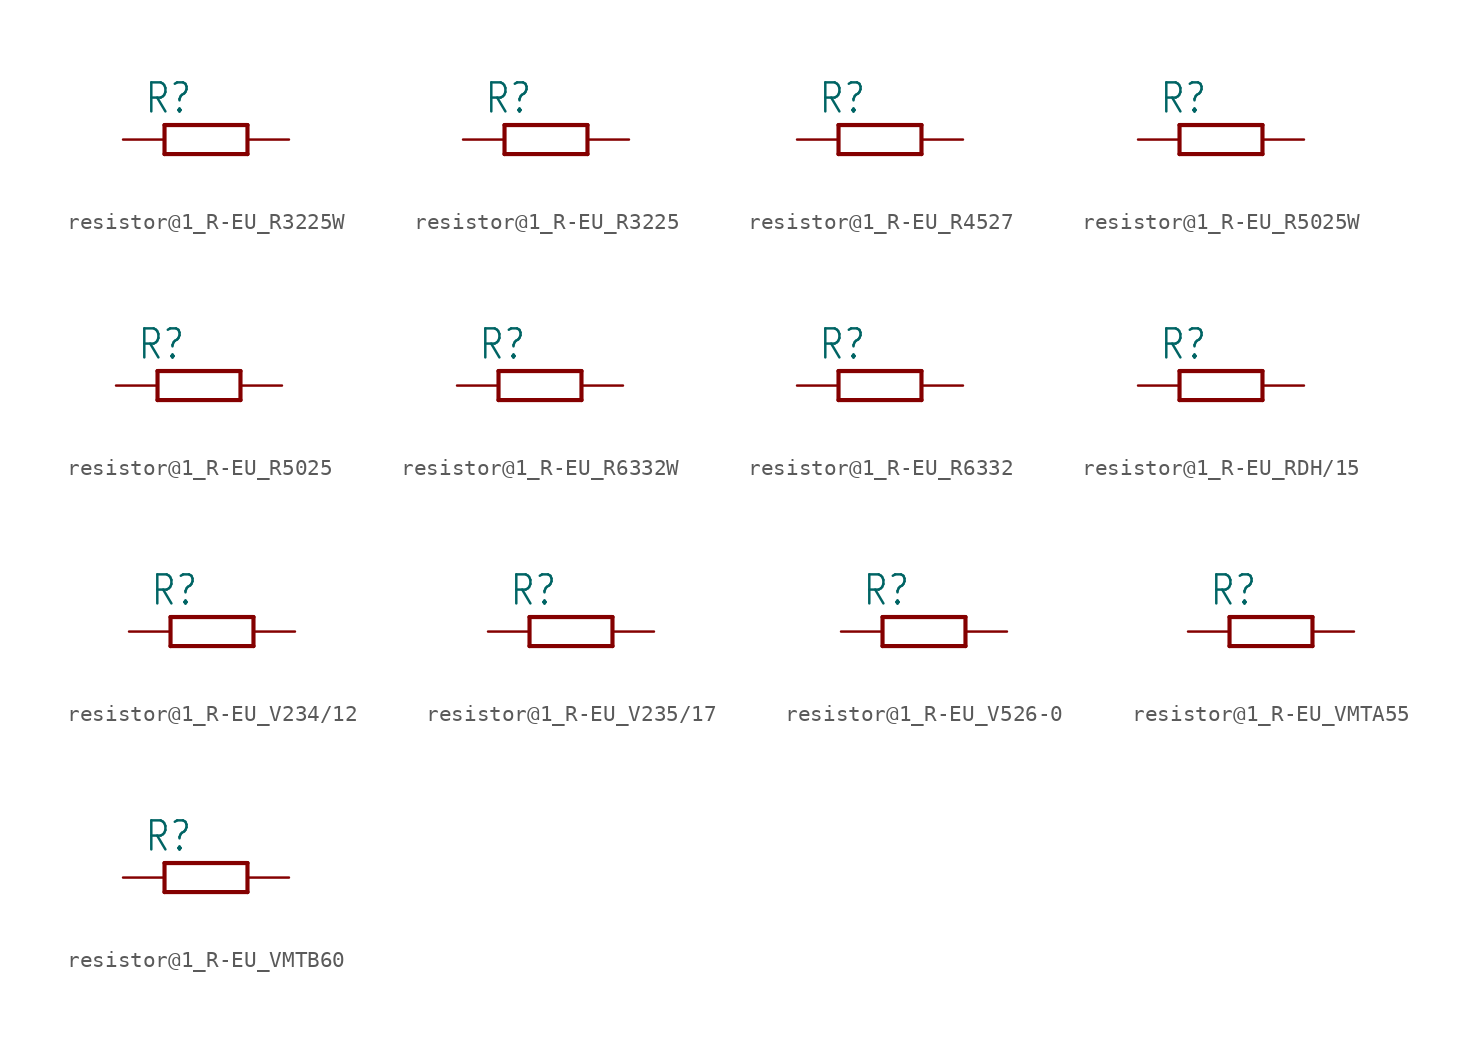
<source format=kicad_sym>
(kicad_symbol_lib
  (version 20231120)
  (generator "kicad_symbol_editor")
  (generator_version "8.0")
  (symbol "resistor@1_R-EU_R3225W"
    (property "Reference" "R"
      (at -3.81 1.499 0)
      (effects (font (size 1.778 1.511)) (justify left bottom)))
    (property "Value" ""
      (at -3.81 -3.302 0)
      (effects (font (size 1.778 1.511)) (justify left bottom)))
    (property "ki_locked" ""
      (at 0 0 0)
      (effects (font (size 1.27 1.27))))
    (symbol "resistor@1_R-EU_R3225W_1_0"
      (polyline (pts (xy -2.54 -0.889) (xy -2.54 0.889)) (stroke (width 0.254) (type solid)) (fill (type none)))
      (polyline (pts (xy -2.54 -0.889) (xy 2.54 -0.889)) (stroke (width 0.254) (type solid)) (fill (type none)))
      (polyline (pts (xy 2.54 -0.889) (xy 2.54 0.889)) (stroke (width 0.254) (type solid)) (fill (type none)))
      (polyline (pts (xy 2.54 0.889) (xy -2.54 0.889)) (stroke (width 0.254) (type solid)) (fill (type none)))
      (pin passive line (at -5.08 0 0) (length 2.54) (name "1" (effects (font (size 0 0)))) (number "1" (effects (font (size 0 0)))))
      (pin passive line (at 5.08 0 180) (length 2.54) (name "2" (effects (font (size 0 0)))) (number "2" (effects (font (size 0 0)))))))
  (symbol "resistor@1_R-EU_R3225"
    (property "Reference" "R"
      (at -3.81 1.499 0)
      (effects (font (size 1.778 1.511)) (justify left bottom)))
    (property "Value" ""
      (at -3.81 -3.302 0)
      (effects (font (size 1.778 1.511)) (justify left bottom)))
    (property "ki_locked" ""
      (at 0 0 0)
      (effects (font (size 1.27 1.27))))
    (symbol "resistor@1_R-EU_R3225_1_0"
      (polyline (pts (xy -2.54 -0.889) (xy -2.54 0.889)) (stroke (width 0.254) (type solid)) (fill (type none)))
      (polyline (pts (xy -2.54 -0.889) (xy 2.54 -0.889)) (stroke (width 0.254) (type solid)) (fill (type none)))
      (polyline (pts (xy 2.54 -0.889) (xy 2.54 0.889)) (stroke (width 0.254) (type solid)) (fill (type none)))
      (polyline (pts (xy 2.54 0.889) (xy -2.54 0.889)) (stroke (width 0.254) (type solid)) (fill (type none)))
      (pin passive line (at -5.08 0 0) (length 2.54) (name "1" (effects (font (size 0 0)))) (number "1" (effects (font (size 0 0)))))
      (pin passive line (at 5.08 0 180) (length 2.54) (name "2" (effects (font (size 0 0)))) (number "2" (effects (font (size 0 0)))))))
  (symbol "resistor@1_R-EU_R4527"
    (property "Reference" "R"
      (at -3.81 1.499 0)
      (effects (font (size 1.778 1.511)) (justify left bottom)))
    (property "Value" ""
      (at -3.81 -3.302 0)
      (effects (font (size 1.778 1.511)) (justify left bottom)))
    (property "ki_locked" ""
      (at 0 0 0)
      (effects (font (size 1.27 1.27))))
    (symbol "resistor@1_R-EU_R4527_1_0"
      (polyline (pts (xy -2.54 -0.889) (xy -2.54 0.889)) (stroke (width 0.254) (type solid)) (fill (type none)))
      (polyline (pts (xy -2.54 -0.889) (xy 2.54 -0.889)) (stroke (width 0.254) (type solid)) (fill (type none)))
      (polyline (pts (xy 2.54 -0.889) (xy 2.54 0.889)) (stroke (width 0.254) (type solid)) (fill (type none)))
      (polyline (pts (xy 2.54 0.889) (xy -2.54 0.889)) (stroke (width 0.254) (type solid)) (fill (type none)))
      (pin passive line (at -5.08 0 0) (length 2.54) (name "1" (effects (font (size 0 0)))) (number "1" (effects (font (size 0 0)))))
      (pin passive line (at 5.08 0 180) (length 2.54) (name "2" (effects (font (size 0 0)))) (number "2" (effects (font (size 0 0)))))))
  (symbol "resistor@1_R-EU_R5025W"
    (property "Reference" "R"
      (at -3.81 1.499 0)
      (effects (font (size 1.778 1.511)) (justify left bottom)))
    (property "Value" ""
      (at -3.81 -3.302 0)
      (effects (font (size 1.778 1.511)) (justify left bottom)))
    (property "ki_locked" ""
      (at 0 0 0)
      (effects (font (size 1.27 1.27))))
    (symbol "resistor@1_R-EU_R5025W_1_0"
      (polyline (pts (xy -2.54 -0.889) (xy -2.54 0.889)) (stroke (width 0.254) (type solid)) (fill (type none)))
      (polyline (pts (xy -2.54 -0.889) (xy 2.54 -0.889)) (stroke (width 0.254) (type solid)) (fill (type none)))
      (polyline (pts (xy 2.54 -0.889) (xy 2.54 0.889)) (stroke (width 0.254) (type solid)) (fill (type none)))
      (polyline (pts (xy 2.54 0.889) (xy -2.54 0.889)) (stroke (width 0.254) (type solid)) (fill (type none)))
      (pin passive line (at -5.08 0 0) (length 2.54) (name "1" (effects (font (size 0 0)))) (number "1" (effects (font (size 0 0)))))
      (pin passive line (at 5.08 0 180) (length 2.54) (name "2" (effects (font (size 0 0)))) (number "2" (effects (font (size 0 0)))))))
  (symbol "resistor@1_R-EU_R5025"
    (property "Reference" "R"
      (at -3.81 1.499 0)
      (effects (font (size 1.778 1.511)) (justify left bottom)))
    (property "Value" ""
      (at -3.81 -3.302 0)
      (effects (font (size 1.778 1.511)) (justify left bottom)))
    (property "ki_locked" ""
      (at 0 0 0)
      (effects (font (size 1.27 1.27))))
    (symbol "resistor@1_R-EU_R5025_1_0"
      (polyline (pts (xy -2.54 -0.889) (xy -2.54 0.889)) (stroke (width 0.254) (type solid)) (fill (type none)))
      (polyline (pts (xy -2.54 -0.889) (xy 2.54 -0.889)) (stroke (width 0.254) (type solid)) (fill (type none)))
      (polyline (pts (xy 2.54 -0.889) (xy 2.54 0.889)) (stroke (width 0.254) (type solid)) (fill (type none)))
      (polyline (pts (xy 2.54 0.889) (xy -2.54 0.889)) (stroke (width 0.254) (type solid)) (fill (type none)))
      (pin passive line (at -5.08 0 0) (length 2.54) (name "1" (effects (font (size 0 0)))) (number "1" (effects (font (size 0 0)))))
      (pin passive line (at 5.08 0 180) (length 2.54) (name "2" (effects (font (size 0 0)))) (number "2" (effects (font (size 0 0)))))))
  (symbol "resistor@1_R-EU_R6332W"
    (property "Reference" "R"
      (at -3.81 1.499 0)
      (effects (font (size 1.778 1.511)) (justify left bottom)))
    (property "Value" ""
      (at -3.81 -3.302 0)
      (effects (font (size 1.778 1.511)) (justify left bottom)))
    (property "ki_locked" ""
      (at 0 0 0)
      (effects (font (size 1.27 1.27))))
    (symbol "resistor@1_R-EU_R6332W_1_0"
      (polyline (pts (xy -2.54 -0.889) (xy -2.54 0.889)) (stroke (width 0.254) (type solid)) (fill (type none)))
      (polyline (pts (xy -2.54 -0.889) (xy 2.54 -0.889)) (stroke (width 0.254) (type solid)) (fill (type none)))
      (polyline (pts (xy 2.54 -0.889) (xy 2.54 0.889)) (stroke (width 0.254) (type solid)) (fill (type none)))
      (polyline (pts (xy 2.54 0.889) (xy -2.54 0.889)) (stroke (width 0.254) (type solid)) (fill (type none)))
      (pin passive line (at -5.08 0 0) (length 2.54) (name "1" (effects (font (size 0 0)))) (number "1" (effects (font (size 0 0)))))
      (pin passive line (at 5.08 0 180) (length 2.54) (name "2" (effects (font (size 0 0)))) (number "2" (effects (font (size 0 0)))))))
  (symbol "resistor@1_R-EU_R6332"
    (property "Reference" "R"
      (at -3.81 1.499 0)
      (effects (font (size 1.778 1.511)) (justify left bottom)))
    (property "Value" ""
      (at -3.81 -3.302 0)
      (effects (font (size 1.778 1.511)) (justify left bottom)))
    (property "ki_locked" ""
      (at 0 0 0)
      (effects (font (size 1.27 1.27))))
    (symbol "resistor@1_R-EU_R6332_1_0"
      (polyline (pts (xy -2.54 -0.889) (xy -2.54 0.889)) (stroke (width 0.254) (type solid)) (fill (type none)))
      (polyline (pts (xy -2.54 -0.889) (xy 2.54 -0.889)) (stroke (width 0.254) (type solid)) (fill (type none)))
      (polyline (pts (xy 2.54 -0.889) (xy 2.54 0.889)) (stroke (width 0.254) (type solid)) (fill (type none)))
      (polyline (pts (xy 2.54 0.889) (xy -2.54 0.889)) (stroke (width 0.254) (type solid)) (fill (type none)))
      (pin passive line (at -5.08 0 0) (length 2.54) (name "1" (effects (font (size 0 0)))) (number "1" (effects (font (size 0 0)))))
      (pin passive line (at 5.08 0 180) (length 2.54) (name "2" (effects (font (size 0 0)))) (number "2" (effects (font (size 0 0)))))))
  (symbol "resistor@1_R-EU_RDH/15"
    (property "Reference" "R"
      (at -3.81 1.499 0)
      (effects (font (size 1.778 1.511)) (justify left bottom)))
    (property "Value" ""
      (at -3.81 -3.302 0)
      (effects (font (size 1.778 1.511)) (justify left bottom)))
    (property "ki_locked" ""
      (at 0 0 0)
      (effects (font (size 1.27 1.27))))
    (symbol "resistor@1_R-EU_RDH/15_1_0"
      (polyline (pts (xy -2.54 -0.889) (xy -2.54 0.889)) (stroke (width 0.254) (type solid)) (fill (type none)))
      (polyline (pts (xy -2.54 -0.889) (xy 2.54 -0.889)) (stroke (width 0.254) (type solid)) (fill (type none)))
      (polyline (pts (xy 2.54 -0.889) (xy 2.54 0.889)) (stroke (width 0.254) (type solid)) (fill (type none)))
      (polyline (pts (xy 2.54 0.889) (xy -2.54 0.889)) (stroke (width 0.254) (type solid)) (fill (type none)))
      (pin passive line (at -5.08 0 0) (length 2.54) (name "1" (effects (font (size 0 0)))) (number "1" (effects (font (size 0 0)))))
      (pin passive line (at 5.08 0 180) (length 2.54) (name "2" (effects (font (size 0 0)))) (number "2" (effects (font (size 0 0)))))))
  (symbol "resistor@1_R-EU_V234/12"
    (property "Reference" "R"
      (at -3.81 1.499 0)
      (effects (font (size 1.778 1.511)) (justify left bottom)))
    (property "Value" ""
      (at -3.81 -3.302 0)
      (effects (font (size 1.778 1.511)) (justify left bottom)))
    (property "ki_locked" ""
      (at 0 0 0)
      (effects (font (size 1.27 1.27))))
    (symbol "resistor@1_R-EU_V234/12_1_0"
      (polyline (pts (xy -2.54 -0.889) (xy -2.54 0.889)) (stroke (width 0.254) (type solid)) (fill (type none)))
      (polyline (pts (xy -2.54 -0.889) (xy 2.54 -0.889)) (stroke (width 0.254) (type solid)) (fill (type none)))
      (polyline (pts (xy 2.54 -0.889) (xy 2.54 0.889)) (stroke (width 0.254) (type solid)) (fill (type none)))
      (polyline (pts (xy 2.54 0.889) (xy -2.54 0.889)) (stroke (width 0.254) (type solid)) (fill (type none)))
      (pin passive line (at -5.08 0 0) (length 2.54) (name "1" (effects (font (size 0 0)))) (number "1" (effects (font (size 0 0)))))
      (pin passive line (at 5.08 0 180) (length 2.54) (name "2" (effects (font (size 0 0)))) (number "2" (effects (font (size 0 0)))))))
  (symbol "resistor@1_R-EU_V235/17"
    (property "Reference" "R"
      (at -3.81 1.499 0)
      (effects (font (size 1.778 1.511)) (justify left bottom)))
    (property "Value" ""
      (at -3.81 -3.302 0)
      (effects (font (size 1.778 1.511)) (justify left bottom)))
    (property "ki_locked" ""
      (at 0 0 0)
      (effects (font (size 1.27 1.27))))
    (symbol "resistor@1_R-EU_V235/17_1_0"
      (polyline (pts (xy -2.54 -0.889) (xy -2.54 0.889)) (stroke (width 0.254) (type solid)) (fill (type none)))
      (polyline (pts (xy -2.54 -0.889) (xy 2.54 -0.889)) (stroke (width 0.254) (type solid)) (fill (type none)))
      (polyline (pts (xy 2.54 -0.889) (xy 2.54 0.889)) (stroke (width 0.254) (type solid)) (fill (type none)))
      (polyline (pts (xy 2.54 0.889) (xy -2.54 0.889)) (stroke (width 0.254) (type solid)) (fill (type none)))
      (pin passive line (at -5.08 0 0) (length 2.54) (name "1" (effects (font (size 0 0)))) (number "1" (effects (font (size 0 0)))))
      (pin passive line (at 5.08 0 180) (length 2.54) (name "2" (effects (font (size 0 0)))) (number "2" (effects (font (size 0 0)))))))
  (symbol "resistor@1_R-EU_V526-0"
    (property "Reference" "R"
      (at -3.81 1.499 0)
      (effects (font (size 1.778 1.511)) (justify left bottom)))
    (property "Value" ""
      (at -3.81 -3.302 0)
      (effects (font (size 1.778 1.511)) (justify left bottom)))
    (property "ki_locked" ""
      (at 0 0 0)
      (effects (font (size 1.27 1.27))))
    (symbol "resistor@1_R-EU_V526-0_1_0"
      (polyline (pts (xy -2.54 -0.889) (xy -2.54 0.889)) (stroke (width 0.254) (type solid)) (fill (type none)))
      (polyline (pts (xy -2.54 -0.889) (xy 2.54 -0.889)) (stroke (width 0.254) (type solid)) (fill (type none)))
      (polyline (pts (xy 2.54 -0.889) (xy 2.54 0.889)) (stroke (width 0.254) (type solid)) (fill (type none)))
      (polyline (pts (xy 2.54 0.889) (xy -2.54 0.889)) (stroke (width 0.254) (type solid)) (fill (type none)))
      (pin passive line (at -5.08 0 0) (length 2.54) (name "1" (effects (font (size 0 0)))) (number "1" (effects (font (size 0 0)))))
      (pin passive line (at 5.08 0 180) (length 2.54) (name "2" (effects (font (size 0 0)))) (number "2" (effects (font (size 0 0)))))))
  (symbol "resistor@1_R-EU_VMTA55"
    (property "Reference" "R"
      (at -3.81 1.499 0)
      (effects (font (size 1.778 1.511)) (justify left bottom)))
    (property "Value" ""
      (at -3.81 -3.302 0)
      (effects (font (size 1.778 1.511)) (justify left bottom)))
    (property "ki_locked" ""
      (at 0 0 0)
      (effects (font (size 1.27 1.27))))
    (symbol "resistor@1_R-EU_VMTA55_1_0"
      (polyline (pts (xy -2.54 -0.889) (xy -2.54 0.889)) (stroke (width 0.254) (type solid)) (fill (type none)))
      (polyline (pts (xy -2.54 -0.889) (xy 2.54 -0.889)) (stroke (width 0.254) (type solid)) (fill (type none)))
      (polyline (pts (xy 2.54 -0.889) (xy 2.54 0.889)) (stroke (width 0.254) (type solid)) (fill (type none)))
      (polyline (pts (xy 2.54 0.889) (xy -2.54 0.889)) (stroke (width 0.254) (type solid)) (fill (type none)))
      (pin passive line (at -5.08 0 0) (length 2.54) (name "1" (effects (font (size 0 0)))) (number "1" (effects (font (size 0 0)))))
      (pin passive line (at 5.08 0 180) (length 2.54) (name "2" (effects (font (size 0 0)))) (number "2" (effects (font (size 0 0)))))))
  (symbol "resistor@1_R-EU_VMTB60"
    (property "Reference" "R"
      (at -3.81 1.499 0)
      (effects (font (size 1.778 1.511)) (justify left bottom)))
    (property "Value" ""
      (at -3.81 -3.302 0)
      (effects (font (size 1.778 1.511)) (justify left bottom)))
    (property "ki_locked" ""
      (at 0 0 0)
      (effects (font (size 1.27 1.27))))
    (symbol "resistor@1_R-EU_VMTB60_1_0"
      (polyline (pts (xy -2.54 -0.889) (xy -2.54 0.889)) (stroke (width 0.254) (type solid)) (fill (type none)))
      (polyline (pts (xy -2.54 -0.889) (xy 2.54 -0.889)) (stroke (width 0.254) (type solid)) (fill (type none)))
      (polyline (pts (xy 2.54 -0.889) (xy 2.54 0.889)) (stroke (width 0.254) (type solid)) (fill (type none)))
      (polyline (pts (xy 2.54 0.889) (xy -2.54 0.889)) (stroke (width 0.254) (type solid)) (fill (type none)))
      (pin passive line (at -5.08 0 0) (length 2.54) (name "1" (effects (font (size 0 0)))) (number "1" (effects (font (size 0 0)))))
      (pin passive line (at 5.08 0 180) (length 2.54) (name "2" (effects (font (size 0 0)))) (number "2" (effects (font (size 0 0))))))))
</source>
